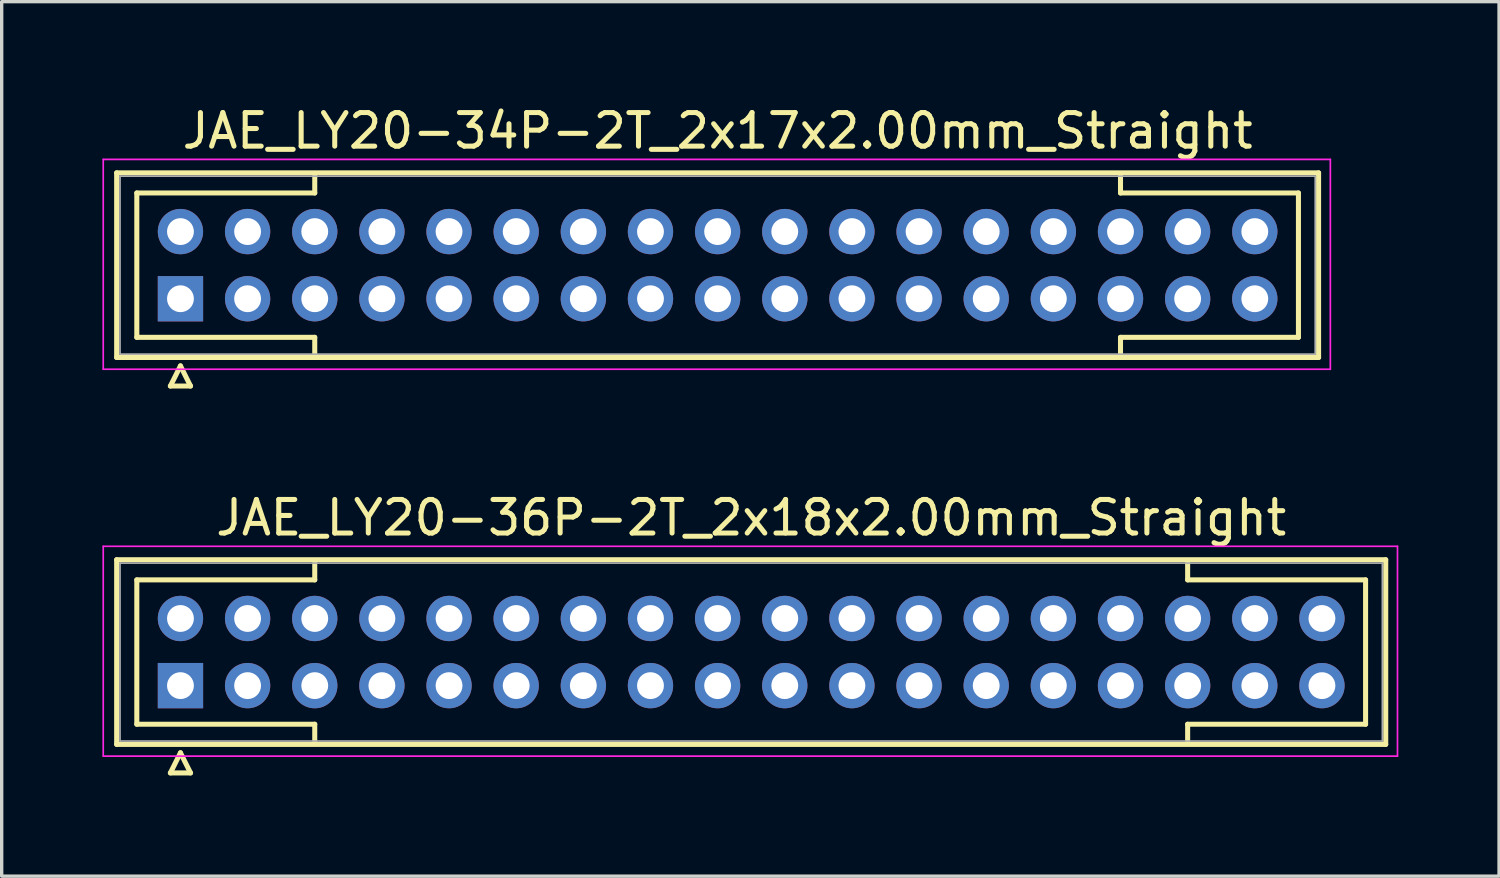
<source format=kicad_pcb>
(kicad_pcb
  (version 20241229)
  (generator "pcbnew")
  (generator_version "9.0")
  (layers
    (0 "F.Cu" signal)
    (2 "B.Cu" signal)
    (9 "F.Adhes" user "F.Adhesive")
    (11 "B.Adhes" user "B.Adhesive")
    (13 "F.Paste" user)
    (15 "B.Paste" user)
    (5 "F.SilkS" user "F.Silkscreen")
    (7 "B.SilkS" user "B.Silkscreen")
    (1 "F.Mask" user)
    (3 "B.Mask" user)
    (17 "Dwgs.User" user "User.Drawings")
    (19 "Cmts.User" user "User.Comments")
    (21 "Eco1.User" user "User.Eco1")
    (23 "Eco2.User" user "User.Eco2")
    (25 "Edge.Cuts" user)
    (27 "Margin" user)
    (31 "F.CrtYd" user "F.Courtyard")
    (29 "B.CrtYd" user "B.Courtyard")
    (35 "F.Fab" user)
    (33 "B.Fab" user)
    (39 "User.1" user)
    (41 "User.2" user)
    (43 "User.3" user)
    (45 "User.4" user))
  (footprint "JAE_LY20-34P-2T_2x17x2.00mm_Straight"
    (layer "F.Cu")
    (at 2.325 5.848)
    (property "Reference" "JAE_LY20-34P-2T_2x17x2.00mm_Straight" (at 16 -5 0) (layer "F.SilkS") (effects (font (size 1 1) (thickness 0.15))))
    (attr through_hole)
    (fp_line (start -1.9 -3.75) (end -1.9 1.75) (stroke (width 0.15) (type solid)) (layer "F.SilkS"))
    (fp_line (start -1.9 1.75) (end 33.9 1.75) (stroke (width 0.15) (type solid)) (layer "F.SilkS"))
    (fp_line (start -1.3 -3.15) (end 4 -3.15) (stroke (width 0.15) (type solid)) (layer "F.SilkS"))
    (fp_line (start -1.3 1.15) (end -1.3 -3.15) (stroke (width 0.15) (type solid)) (layer "F.SilkS"))
    (fp_line (start -0.3 2.6) (end 0.3 2.6) (stroke (width 0.15) (type solid)) (layer "F.SilkS"))
    (fp_line (start 0 2) (end -0.3 2.6) (stroke (width 0.15) (type solid)) (layer "F.SilkS"))
    (fp_line (start 0.3 2.6) (end 0 2) (stroke (width 0.15) (type solid)) (layer "F.SilkS"))
    (fp_line (start 4 -3.15) (end 4 -3.65) (stroke (width 0.15) (type solid)) (layer "F.SilkS"))
    (fp_line (start 4 1.15) (end -1.3 1.15) (stroke (width 0.15) (type solid)) (layer "F.SilkS"))
    (fp_line (start 4 1.65) (end 4 1.15) (stroke (width 0.15) (type solid)) (layer "F.SilkS"))
    (fp_line (start 28 -3.15) (end 28 -3.65) (stroke (width 0.15) (type solid)) (layer "F.SilkS"))
    (fp_line (start 28 1.15) (end 33.3 1.15) (stroke (width 0.15) (type solid)) (layer "F.SilkS"))
    (fp_line (start 28 1.65) (end 28 1.15) (stroke (width 0.15) (type solid)) (layer "F.SilkS"))
    (fp_line (start 33.3 -3.15) (end 28 -3.15) (stroke (width 0.15) (type solid)) (layer "F.SilkS"))
    (fp_line (start 33.3 1.15) (end 33.3 -3.15) (stroke (width 0.15) (type solid)) (layer "F.SilkS"))
    (fp_line (start 33.9 -3.75) (end -1.9 -3.75) (stroke (width 0.15) (type solid)) (layer "F.SilkS"))
    (fp_line (start 33.9 1.75) (end 33.9 -3.75) (stroke (width 0.15) (type solid)) (layer "F.SilkS"))
    (fp_line (start -2.3 -4.15) (end -2.3 2.1) (stroke (width 0.05) (type solid)) (layer "F.CrtYd"))
    (fp_line (start -2.3 2.1) (end 34.25 2.1) (stroke (width 0.05) (type solid)) (layer "F.CrtYd"))
    (fp_line (start 34.25 -4.15) (end -2.3 -4.15) (stroke (width 0.05) (type solid)) (layer "F.CrtYd"))
    (fp_line (start 34.25 2.1) (end 34.25 -4.15) (stroke (width 0.05) (type solid)) (layer "F.CrtYd"))
    (fp_line (start -1.8 -3.65) (end -1.8 1.65) (stroke (width 0.05) (type solid)) (layer "F.Fab"))
    (fp_line (start -1.8 1.65) (end 33.8 1.65) (stroke (width 0.05) (type solid)) (layer "F.Fab"))
    (fp_line (start 33.8 -3.65) (end -1.8 -3.65) (stroke (width 0.05) (type solid)) (layer "F.Fab"))
    (fp_line (start 33.8 1.65) (end 33.8 -3.65) (stroke (width 0.05) (type solid)) (layer "F.Fab"))
    (pad "1" thru_hole rect (at 0 0) (size 1.35 1.35) (drill 0.8) (layers "*.Cu" "*.Mask"))
    (pad "2" thru_hole circle (at 2 0) (size 1.35 1.35) (drill 0.8) (layers "*.Cu" "*.Mask"))
    (pad "3" thru_hole circle (at 4 0) (size 1.35 1.35) (drill 0.8) (layers "*.Cu" "*.Mask"))
    (pad "4" thru_hole circle (at 6 0) (size 1.35 1.35) (drill 0.8) (layers "*.Cu" "*.Mask"))
    (pad "5" thru_hole circle (at 8 0) (size 1.35 1.35) (drill 0.8) (layers "*.Cu" "*.Mask"))
    (pad "6" thru_hole circle (at 10 0) (size 1.35 1.35) (drill 0.8) (layers "*.Cu" "*.Mask"))
    (pad "7" thru_hole circle (at 12 0) (size 1.35 1.35) (drill 0.8) (layers "*.Cu" "*.Mask"))
    (pad "8" thru_hole circle (at 14 0) (size 1.35 1.35) (drill 0.8) (layers "*.Cu" "*.Mask"))
    (pad "9" thru_hole circle (at 16 0) (size 1.35 1.35) (drill 0.8) (layers "*.Cu" "*.Mask"))
    (pad "10" thru_hole circle (at 18 0) (size 1.35 1.35) (drill 0.8) (layers "*.Cu" "*.Mask"))
    (pad "11" thru_hole circle (at 20 0) (size 1.35 1.35) (drill 0.8) (layers "*.Cu" "*.Mask"))
    (pad "12" thru_hole circle (at 22 0) (size 1.35 1.35) (drill 0.8) (layers "*.Cu" "*.Mask"))
    (pad "13" thru_hole circle (at 24 0) (size 1.35 1.35) (drill 0.8) (layers "*.Cu" "*.Mask"))
    (pad "14" thru_hole circle (at 26 0) (size 1.35 1.35) (drill 0.8) (layers "*.Cu" "*.Mask"))
    (pad "15" thru_hole circle (at 28 0) (size 1.35 1.35) (drill 0.8) (layers "*.Cu" "*.Mask"))
    (pad "16" thru_hole circle (at 30 0) (size 1.35 1.35) (drill 0.8) (layers "*.Cu" "*.Mask"))
    (pad "17" thru_hole circle (at 32 0) (size 1.35 1.35) (drill 0.8) (layers "*.Cu" "*.Mask"))
    (pad "18" thru_hole circle (at 0 -2) (size 1.35 1.35) (drill 0.8) (layers "*.Cu" "*.Mask"))
    (pad "19" thru_hole circle (at 2 -2) (size 1.35 1.35) (drill 0.8) (layers "*.Cu" "*.Mask"))
    (pad "20" thru_hole circle (at 4 -2) (size 1.35 1.35) (drill 0.8) (layers "*.Cu" "*.Mask"))
    (pad "21" thru_hole circle (at 6 -2) (size 1.35 1.35) (drill 0.8) (layers "*.Cu" "*.Mask"))
    (pad "22" thru_hole circle (at 8 -2) (size 1.35 1.35) (drill 0.8) (layers "*.Cu" "*.Mask"))
    (pad "23" thru_hole circle (at 10 -2) (size 1.35 1.35) (drill 0.8) (layers "*.Cu" "*.Mask"))
    (pad "24" thru_hole circle (at 12 -2) (size 1.35 1.35) (drill 0.8) (layers "*.Cu" "*.Mask"))
    (pad "25" thru_hole circle (at 14 -2) (size 1.35 1.35) (drill 0.8) (layers "*.Cu" "*.Mask"))
    (pad "26" thru_hole circle (at 16 -2) (size 1.35 1.35) (drill 0.8) (layers "*.Cu" "*.Mask"))
    (pad "27" thru_hole circle (at 18 -2) (size 1.35 1.35) (drill 0.8) (layers "*.Cu" "*.Mask"))
    (pad "28" thru_hole circle (at 20 -2) (size 1.35 1.35) (drill 0.8) (layers "*.Cu" "*.Mask"))
    (pad "29" thru_hole circle (at 22 -2) (size 1.35 1.35) (drill 0.8) (layers "*.Cu" "*.Mask"))
    (pad "30" thru_hole circle (at 24 -2) (size 1.35 1.35) (drill 0.8) (layers "*.Cu" "*.Mask"))
    (pad "31" thru_hole circle (at 26 -2) (size 1.35 1.35) (drill 0.8) (layers "*.Cu" "*.Mask"))
    (pad "32" thru_hole circle (at 28 -2) (size 1.35 1.35) (drill 0.8) (layers "*.Cu" "*.Mask"))
    (pad "33" thru_hole circle (at 30 -2) (size 1.35 1.35) (drill 0.8) (layers "*.Cu" "*.Mask"))
    (pad "34" thru_hole circle (at 32 -2) (size 1.35 1.35) (drill 0.8) (layers "*.Cu" "*.Mask")))
  (footprint "JAE_LY20-36P-2T_2x18x2.00mm_Straight"
    (layer "F.Cu")
    (at 2.325 17.372)
    (property "Reference" "JAE_LY20-36P-2T_2x18x2.00mm_Straight" (at 17 -5 0) (layer "F.SilkS") (effects (font (size 1 1) (thickness 0.15))))
    (attr through_hole)
    (fp_line (start -1.9 -3.75) (end -1.9 1.75) (stroke (width 0.15) (type solid)) (layer "F.SilkS"))
    (fp_line (start -1.9 1.75) (end 35.9 1.75) (stroke (width 0.15) (type solid)) (layer "F.SilkS"))
    (fp_line (start -1.3 -3.15) (end 4 -3.15) (stroke (width 0.15) (type solid)) (layer "F.SilkS"))
    (fp_line (start -1.3 1.15) (end -1.3 -3.15) (stroke (width 0.15) (type solid)) (layer "F.SilkS"))
    (fp_line (start -0.3 2.6) (end 0.3 2.6) (stroke (width 0.15) (type solid)) (layer "F.SilkS"))
    (fp_line (start 0 2) (end -0.3 2.6) (stroke (width 0.15) (type solid)) (layer "F.SilkS"))
    (fp_line (start 0.3 2.6) (end 0 2) (stroke (width 0.15) (type solid)) (layer "F.SilkS"))
    (fp_line (start 4 -3.15) (end 4 -3.65) (stroke (width 0.15) (type solid)) (layer "F.SilkS"))
    (fp_line (start 4 1.15) (end -1.3 1.15) (stroke (width 0.15) (type solid)) (layer "F.SilkS"))
    (fp_line (start 4 1.65) (end 4 1.15) (stroke (width 0.15) (type solid)) (layer "F.SilkS"))
    (fp_line (start 30 -3.15) (end 30 -3.65) (stroke (width 0.15) (type solid)) (layer "F.SilkS"))
    (fp_line (start 30 1.15) (end 35.3 1.15) (stroke (width 0.15) (type solid)) (layer "F.SilkS"))
    (fp_line (start 30 1.65) (end 30 1.15) (stroke (width 0.15) (type solid)) (layer "F.SilkS"))
    (fp_line (start 35.3 -3.15) (end 30 -3.15) (stroke (width 0.15) (type solid)) (layer "F.SilkS"))
    (fp_line (start 35.3 1.15) (end 35.3 -3.15) (stroke (width 0.15) (type solid)) (layer "F.SilkS"))
    (fp_line (start 35.9 -3.75) (end -1.9 -3.75) (stroke (width 0.15) (type solid)) (layer "F.SilkS"))
    (fp_line (start 35.9 1.75) (end 35.9 -3.75) (stroke (width 0.15) (type solid)) (layer "F.SilkS"))
    (fp_line (start -2.3 -4.15) (end -2.3 2.1) (stroke (width 0.05) (type solid)) (layer "F.CrtYd"))
    (fp_line (start -2.3 2.1) (end 36.25 2.1) (stroke (width 0.05) (type solid)) (layer "F.CrtYd"))
    (fp_line (start 36.25 -4.15) (end -2.3 -4.15) (stroke (width 0.05) (type solid)) (layer "F.CrtYd"))
    (fp_line (start 36.25 2.1) (end 36.25 -4.15) (stroke (width 0.05) (type solid)) (layer "F.CrtYd"))
    (fp_line (start -1.8 -3.65) (end -1.8 1.65) (stroke (width 0.05) (type solid)) (layer "F.Fab"))
    (fp_line (start -1.8 1.65) (end 35.8 1.65) (stroke (width 0.05) (type solid)) (layer "F.Fab"))
    (fp_line (start 35.8 -3.65) (end -1.8 -3.65) (stroke (width 0.05) (type solid)) (layer "F.Fab"))
    (fp_line (start 35.8 1.65) (end 35.8 -3.65) (stroke (width 0.05) (type solid)) (layer "F.Fab"))
    (pad "1" thru_hole rect (at 0 0) (size 1.35 1.35) (drill 0.8) (layers "*.Cu" "*.Mask"))
    (pad "2" thru_hole circle (at 2 0) (size 1.35 1.35) (drill 0.8) (layers "*.Cu" "*.Mask"))
    (pad "3" thru_hole circle (at 4 0) (size 1.35 1.35) (drill 0.8) (layers "*.Cu" "*.Mask"))
    (pad "4" thru_hole circle (at 6 0) (size 1.35 1.35) (drill 0.8) (layers "*.Cu" "*.Mask"))
    (pad "5" thru_hole circle (at 8 0) (size 1.35 1.35) (drill 0.8) (layers "*.Cu" "*.Mask"))
    (pad "6" thru_hole circle (at 10 0) (size 1.35 1.35) (drill 0.8) (layers "*.Cu" "*.Mask"))
    (pad "7" thru_hole circle (at 12 0) (size 1.35 1.35) (drill 0.8) (layers "*.Cu" "*.Mask"))
    (pad "8" thru_hole circle (at 14 0) (size 1.35 1.35) (drill 0.8) (layers "*.Cu" "*.Mask"))
    (pad "9" thru_hole circle (at 16 0) (size 1.35 1.35) (drill 0.8) (layers "*.Cu" "*.Mask"))
    (pad "10" thru_hole circle (at 18 0) (size 1.35 1.35) (drill 0.8) (layers "*.Cu" "*.Mask"))
    (pad "11" thru_hole circle (at 20 0) (size 1.35 1.35) (drill 0.8) (layers "*.Cu" "*.Mask"))
    (pad "12" thru_hole circle (at 22 0) (size 1.35 1.35) (drill 0.8) (layers "*.Cu" "*.Mask"))
    (pad "13" thru_hole circle (at 24 0) (size 1.35 1.35) (drill 0.8) (layers "*.Cu" "*.Mask"))
    (pad "14" thru_hole circle (at 26 0) (size 1.35 1.35) (drill 0.8) (layers "*.Cu" "*.Mask"))
    (pad "15" thru_hole circle (at 28 0) (size 1.35 1.35) (drill 0.8) (layers "*.Cu" "*.Mask"))
    (pad "16" thru_hole circle (at 30 0) (size 1.35 1.35) (drill 0.8) (layers "*.Cu" "*.Mask"))
    (pad "17" thru_hole circle (at 32 0) (size 1.35 1.35) (drill 0.8) (layers "*.Cu" "*.Mask"))
    (pad "18" thru_hole circle (at 34 0) (size 1.35 1.35) (drill 0.8) (layers "*.Cu" "*.Mask"))
    (pad "19" thru_hole circle (at 0 -2) (size 1.35 1.35) (drill 0.8) (layers "*.Cu" "*.Mask"))
    (pad "20" thru_hole circle (at 2 -2) (size 1.35 1.35) (drill 0.8) (layers "*.Cu" "*.Mask"))
    (pad "21" thru_hole circle (at 4 -2) (size 1.35 1.35) (drill 0.8) (layers "*.Cu" "*.Mask"))
    (pad "22" thru_hole circle (at 6 -2) (size 1.35 1.35) (drill 0.8) (layers "*.Cu" "*.Mask"))
    (pad "23" thru_hole circle (at 8 -2) (size 1.35 1.35) (drill 0.8) (layers "*.Cu" "*.Mask"))
    (pad "24" thru_hole circle (at 10 -2) (size 1.35 1.35) (drill 0.8) (layers "*.Cu" "*.Mask"))
    (pad "25" thru_hole circle (at 12 -2) (size 1.35 1.35) (drill 0.8) (layers "*.Cu" "*.Mask"))
    (pad "26" thru_hole circle (at 14 -2) (size 1.35 1.35) (drill 0.8) (layers "*.Cu" "*.Mask"))
    (pad "27" thru_hole circle (at 16 -2) (size 1.35 1.35) (drill 0.8) (layers "*.Cu" "*.Mask"))
    (pad "28" thru_hole circle (at 18 -2) (size 1.35 1.35) (drill 0.8) (layers "*.Cu" "*.Mask"))
    (pad "29" thru_hole circle (at 20 -2) (size 1.35 1.35) (drill 0.8) (layers "*.Cu" "*.Mask"))
    (pad "30" thru_hole circle (at 22 -2) (size 1.35 1.35) (drill 0.8) (layers "*.Cu" "*.Mask"))
    (pad "31" thru_hole circle (at 24 -2) (size 1.35 1.35) (drill 0.8) (layers "*.Cu" "*.Mask"))
    (pad "32" thru_hole circle (at 26 -2) (size 1.35 1.35) (drill 0.8) (layers "*.Cu" "*.Mask"))
    (pad "33" thru_hole circle (at 28 -2) (size 1.35 1.35) (drill 0.8) (layers "*.Cu" "*.Mask"))
    (pad "34" thru_hole circle (at 30 -2) (size 1.35 1.35) (drill 0.8) (layers "*.Cu" "*.Mask"))
    (pad "35" thru_hole circle (at 32 -2) (size 1.35 1.35) (drill 0.8) (layers "*.Cu" "*.Mask"))
    (pad "36" thru_hole circle (at 34 -2) (size 1.35 1.35) (drill 0.8) (layers "*.Cu" "*.Mask")))
  (gr_rect
    (start -3 -3)
    (end 41.6 23.047)
    (stroke (width 0.1) (type default))
    (fill no)
    (layer "Edge.Cuts")))
</source>
